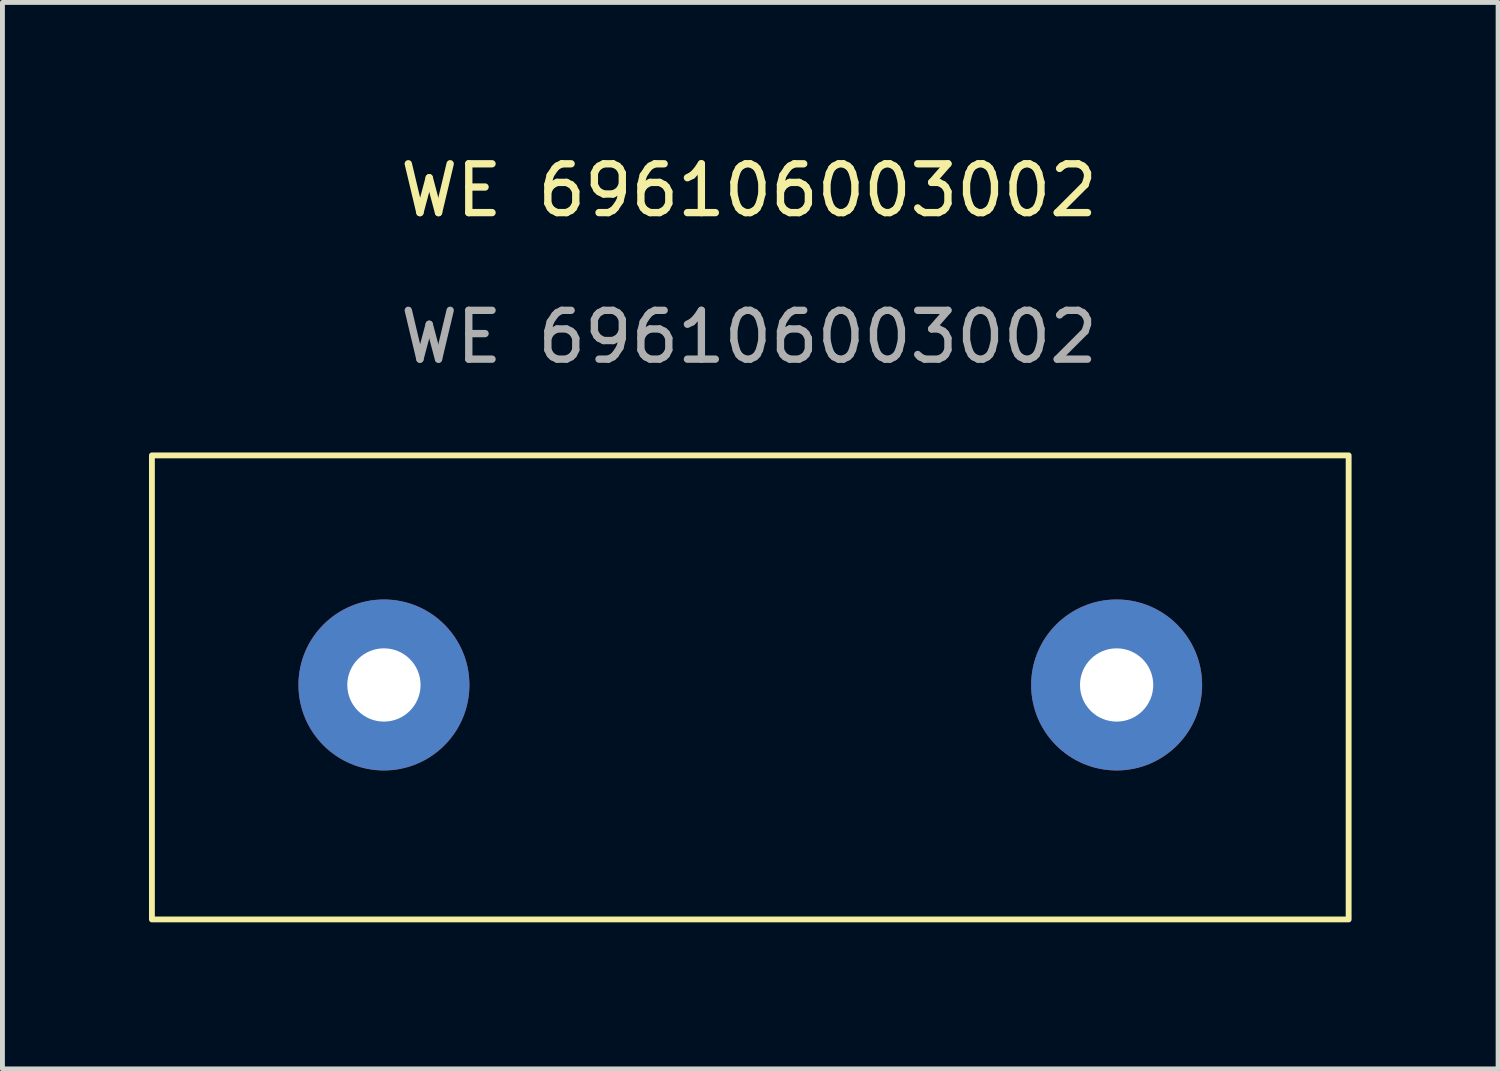
<source format=kicad_pcb>
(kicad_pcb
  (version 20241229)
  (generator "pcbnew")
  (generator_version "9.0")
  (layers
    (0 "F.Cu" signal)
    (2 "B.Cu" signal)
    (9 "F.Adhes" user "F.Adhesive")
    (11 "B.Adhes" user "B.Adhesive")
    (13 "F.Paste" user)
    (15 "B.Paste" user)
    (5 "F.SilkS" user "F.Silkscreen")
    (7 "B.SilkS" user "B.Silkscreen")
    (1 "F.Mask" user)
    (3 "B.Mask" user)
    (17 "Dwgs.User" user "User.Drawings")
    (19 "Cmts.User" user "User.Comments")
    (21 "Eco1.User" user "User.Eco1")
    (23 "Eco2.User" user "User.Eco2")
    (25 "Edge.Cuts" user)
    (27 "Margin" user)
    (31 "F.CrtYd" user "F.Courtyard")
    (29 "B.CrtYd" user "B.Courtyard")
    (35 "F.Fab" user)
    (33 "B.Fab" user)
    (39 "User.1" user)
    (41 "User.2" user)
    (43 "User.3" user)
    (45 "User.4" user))
  (footprint "WE 696106003002"
    (layer "F.Cu")
    (at 12.31 10.973)
    (property "Reference" "WE 696106003002" (at -0.025 -10.125 0) (unlocked yes) (layer "F.SilkS") (effects (font (size 1 1) (thickness 0.15))))
    (attr through_hole)
    (fp_rect (start -12.25 -4.7) (end 12.25 4.8) (stroke (width 0.12) (type solid)) (fill no) (layer "F.SilkS"))
    (fp_text user "${REFERENCE}" (at -0.025 -7.125 0) (unlocked yes) (layer "F.Fab") (effects (font (size 1 1) (thickness 0.15))))
    (pad "1" thru_hole circle (at -7.5 0) (size 3.5 3.5) (drill 1.5) (layers "*.Cu" "*.Mask"))
    (pad "2" thru_hole circle (at 7.5 0) (size 3.5 3.5) (drill 1.5) (layers "*.Cu" "*.Mask")))
  (gr_rect
    (start -3 -3)
    (end 27.62 18.833)
    (stroke (width 0.1) (type default))
    (fill no)
    (layer "Edge.Cuts")))
</source>
